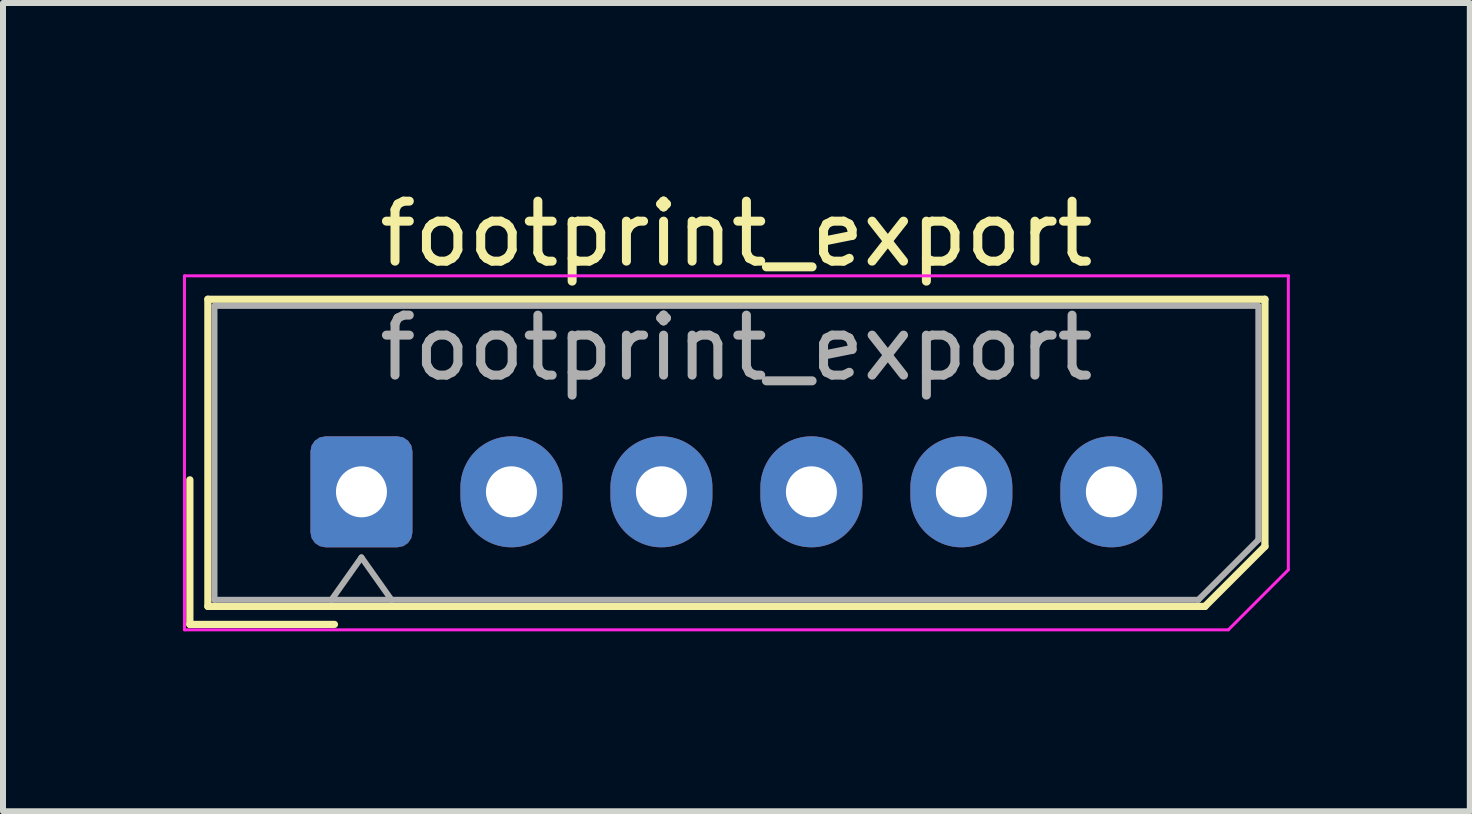
<source format=kicad_pcb>
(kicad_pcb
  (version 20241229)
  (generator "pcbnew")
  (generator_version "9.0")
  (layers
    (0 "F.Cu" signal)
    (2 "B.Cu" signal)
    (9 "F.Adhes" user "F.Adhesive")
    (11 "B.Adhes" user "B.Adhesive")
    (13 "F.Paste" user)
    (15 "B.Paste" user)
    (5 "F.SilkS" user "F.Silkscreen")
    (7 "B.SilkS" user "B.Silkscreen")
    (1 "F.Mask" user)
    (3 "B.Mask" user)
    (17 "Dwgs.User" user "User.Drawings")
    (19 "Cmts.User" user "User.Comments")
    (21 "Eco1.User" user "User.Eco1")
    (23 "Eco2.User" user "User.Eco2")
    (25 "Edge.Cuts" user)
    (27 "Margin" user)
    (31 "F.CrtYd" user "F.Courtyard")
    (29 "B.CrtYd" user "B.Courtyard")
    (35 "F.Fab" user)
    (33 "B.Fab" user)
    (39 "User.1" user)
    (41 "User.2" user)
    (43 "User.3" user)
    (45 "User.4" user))
  (footprint "footprint_export"
    (layer "F.Cu")
    (at 2.975 5.148)
    (property "Reference" "footprint_export" (at 6.25 -4.3 0) (layer "F.SilkS") (effects (font (size 1 1) (thickness 0.15))))
    (attr through_hole)
    (fp_line (start -2.86 -0.2) (end -2.86 2.21) (stroke (width 0.12) (type solid)) (layer "F.SilkS"))
    (fp_line (start -2.86 2.21) (end -0.45 2.21) (stroke (width 0.12) (type solid)) (layer "F.SilkS"))
    (fp_line (start -2.56 -3.21) (end -2.56 1.91) (stroke (width 0.12) (type solid)) (layer "F.SilkS"))
    (fp_line (start -2.56 1.91) (end 14.06 1.91) (stroke (width 0.12) (type solid)) (layer "F.SilkS"))
    (fp_line (start 14.06 1.91) (end 15.06 0.91) (stroke (width 0.12) (type solid)) (layer "F.SilkS"))
    (fp_line (start 15.06 -3.21) (end -2.56 -3.21) (stroke (width 0.12) (type solid)) (layer "F.SilkS"))
    (fp_line (start 15.06 0.91) (end 15.06 -3.21) (stroke (width 0.12) (type solid)) (layer "F.SilkS"))
    (fp_line (start -2.95 -3.6) (end -2.95 2.3) (stroke (width 0.05) (type solid)) (layer "F.CrtYd"))
    (fp_line (start -2.95 2.3) (end 14.45 2.3) (stroke (width 0.05) (type solid)) (layer "F.CrtYd"))
    (fp_line (start 14.45 2.3) (end 15.45 1.3) (stroke (width 0.05) (type solid)) (layer "F.CrtYd"))
    (fp_line (start 15.45 -3.6) (end -2.95 -3.6) (stroke (width 0.05) (type solid)) (layer "F.CrtYd"))
    (fp_line (start 15.45 1.3) (end 15.45 -3.6) (stroke (width 0.05) (type solid)) (layer "F.CrtYd"))
    (fp_line (start -2.45 -3.1) (end -2.45 1.8) (stroke (width 0.1) (type solid)) (layer "F.Fab"))
    (fp_line (start -2.45 1.8) (end 13.95 1.8) (stroke (width 0.1) (type solid)) (layer "F.Fab"))
    (fp_line (start -0.5 1.8) (end 0 1.093) (stroke (width 0.1) (type solid)) (layer "F.Fab"))
    (fp_line (start 0 1.093) (end 0.5 1.8) (stroke (width 0.1) (type solid)) (layer "F.Fab"))
    (fp_line (start 13.95 1.8) (end 14.95 0.8) (stroke (width 0.1) (type solid)) (layer "F.Fab"))
    (fp_line (start 14.95 -3.1) (end -2.45 -3.1) (stroke (width 0.1) (type solid)) (layer "F.Fab"))
    (fp_line (start 14.95 0.8) (end 14.95 -3.1) (stroke (width 0.1) (type solid)) (layer "F.Fab"))
    (fp_text user "${REFERENCE}" (at 6.25 -2.4 0) (layer "F.Fab") (effects (font (size 1 1) (thickness 0.15))))
    (pad "1" thru_hole roundrect (at 0 0) (size 1.7 1.85) (drill 0.85) (layers "*.Cu" "*.Mask") (roundrect_rratio 0.147))
    (pad "2" thru_hole oval (at 2.5 0) (size 1.7 1.85) (drill 0.85) (layers "*.Cu" "*.Mask"))
    (pad "3" thru_hole oval (at 5 0) (size 1.7 1.85) (drill 0.85) (layers "*.Cu" "*.Mask"))
    (pad "4" thru_hole oval (at 7.5 0) (size 1.7 1.85) (drill 0.85) (layers "*.Cu" "*.Mask"))
    (pad "5" thru_hole oval (at 10 0) (size 1.7 1.85) (drill 0.85) (layers "*.Cu" "*.Mask"))
    (pad "6" thru_hole oval (at 12.5 0) (size 1.7 1.85) (drill 0.85) (layers "*.Cu" "*.Mask")))
  (gr_rect
    (start -3 -3)
    (end 21.45 10.473)
    (stroke (width 0.1) (type default))
    (fill no)
    (layer "Edge.Cuts")))
</source>
